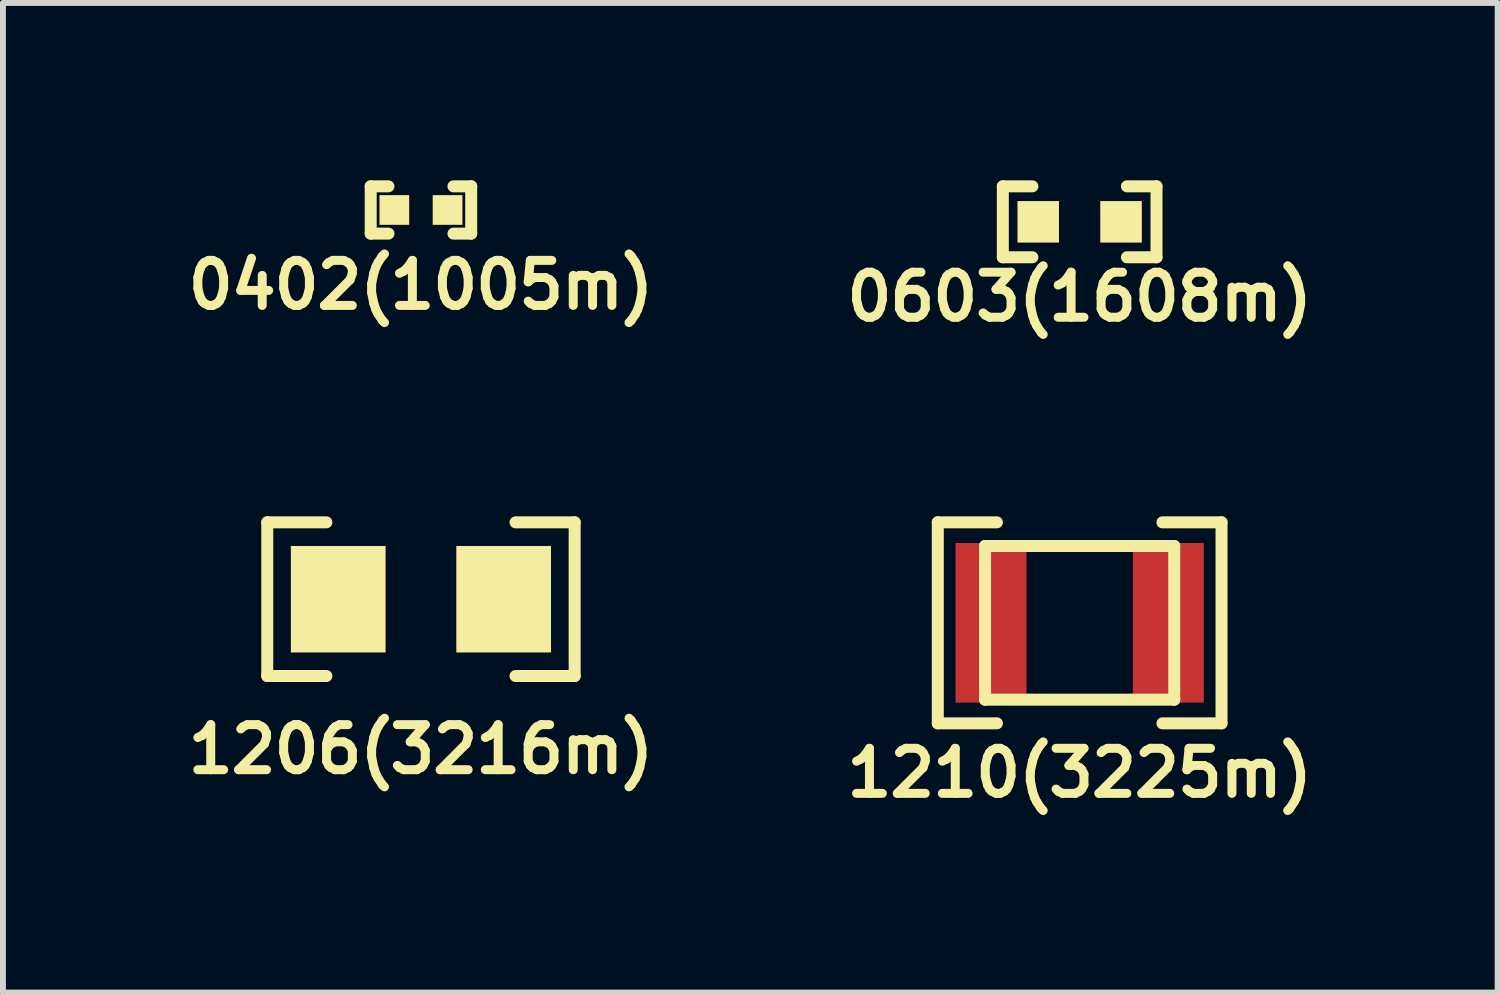
<source format=kicad_pcb>
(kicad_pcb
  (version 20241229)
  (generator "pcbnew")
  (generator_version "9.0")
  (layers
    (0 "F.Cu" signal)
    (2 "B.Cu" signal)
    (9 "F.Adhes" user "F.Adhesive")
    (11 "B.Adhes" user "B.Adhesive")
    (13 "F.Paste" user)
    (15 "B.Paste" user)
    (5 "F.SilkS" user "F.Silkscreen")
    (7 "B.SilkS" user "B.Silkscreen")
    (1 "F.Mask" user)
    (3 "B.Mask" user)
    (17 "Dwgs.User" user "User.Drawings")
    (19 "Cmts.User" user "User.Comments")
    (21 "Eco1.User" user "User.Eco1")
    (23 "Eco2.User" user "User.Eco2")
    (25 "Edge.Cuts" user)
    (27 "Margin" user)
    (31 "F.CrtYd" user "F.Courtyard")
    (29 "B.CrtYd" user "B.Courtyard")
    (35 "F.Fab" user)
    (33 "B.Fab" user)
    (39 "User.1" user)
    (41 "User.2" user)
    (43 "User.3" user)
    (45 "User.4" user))
  (footprint "0402(1005m)"
    (layer "F.Cu")
    (at 4.071 0.502)
    (property "Reference" "0402(1005m)" (at 0 1.27 0) (layer "F.SilkS") (effects (font (size 0.762 0.762) (thickness 0.152))))
    (attr smd)
    (fp_line (start -0.85 -0.4) (end -0.85 0.4) (stroke (width 0.203) (type solid)) (layer "F.SilkS"))
    (fp_line (start -0.85 -0.4) (end -0.55 -0.4) (stroke (width 0.203) (type solid)) (layer "F.SilkS"))
    (fp_line (start -0.85 0.4) (end -0.55 0.4) (stroke (width 0.203) (type solid)) (layer "F.SilkS"))
    (fp_line (start 0.55 -0.4) (end 0.85 -0.4) (stroke (width 0.203) (type solid)) (layer "F.SilkS"))
    (fp_line (start 0.85 -0.4) (end 0.85 0.4) (stroke (width 0.203) (type solid)) (layer "F.SilkS"))
    (fp_line (start 0.85 0.4) (end 0.55 0.4) (stroke (width 0.203) (type solid)) (layer "F.SilkS"))
    (pad "1" smd rect (at -0.45 0) (size 0.5 0.5) (layers "F.Cu" "F.Mask" "F.SilkS" "F.Paste"))
    (pad "2" smd rect (at 0.45 0) (size 0.5 0.5) (layers "F.Cu" "F.Mask" "F.SilkS" "F.Paste")))
  (footprint "1210(3225m)"
    (layer "F.Cu")
    (at 15.214 7.486)
    (property "Reference" "1210(3225m)" (at 0 2.54 0) (layer "F.SilkS") (effects (font (size 0.762 0.762) (thickness 0.152))))
    (attr smd)
    (fp_line (start -2.4 -1.7) (end -2.4 1.7) (stroke (width 0.203) (type solid)) (layer "F.SilkS"))
    (fp_line (start -2.4 -1.7) (end -1.4 -1.7) (stroke (width 0.203) (type solid)) (layer "F.SilkS"))
    (fp_line (start -2.4 1.7) (end -1.4 1.7) (stroke (width 0.203) (type solid)) (layer "F.SilkS"))
    (fp_line (start -1.6 -1.3) (end -1.6 1.3) (stroke (width 0.203) (type solid)) (layer "F.SilkS"))
    (fp_line (start -1.6 1.3) (end 1.6 1.3) (stroke (width 0.203) (type solid)) (layer "F.SilkS"))
    (fp_line (start 1.6 -1.3) (end -1.6 -1.3) (stroke (width 0.203) (type solid)) (layer "F.SilkS"))
    (fp_line (start 1.6 1.3) (end 1.6 -1.3) (stroke (width 0.203) (type solid)) (layer "F.SilkS"))
    (fp_line (start 2.4 -1.7) (end 1.4 -1.7) (stroke (width 0.203) (type solid)) (layer "F.SilkS"))
    (fp_line (start 2.4 -1.7) (end 2.4 1.7) (stroke (width 0.203) (type solid)) (layer "F.SilkS"))
    (fp_line (start 2.4 1.7) (end 1.4 1.7) (stroke (width 0.203) (type solid)) (layer "F.SilkS"))
    (pad "1" smd rect (at -1.5 0) (size 1.2 2.7) (layers "F.Cu" "F.Mask" "F.Paste"))
    (pad "2" smd rect (at 1.5 0) (size 1.2 2.7) (layers "F.Cu" "F.Mask" "F.Paste")))
  (footprint "0603(1608m)"
    (layer "F.Cu")
    (at 15.214 0.702)
    (property "Reference" "0603(1608m)" (at 0 1.27 0) (layer "F.SilkS") (effects (font (size 0.762 0.762) (thickness 0.152))))
    (attr smd)
    (fp_line (start -1.3 -0.6) (end -0.8 -0.6) (stroke (width 0.203) (type solid)) (layer "F.SilkS"))
    (fp_line (start -1.3 0.6) (end -1.3 -0.6) (stroke (width 0.203) (type solid)) (layer "F.SilkS"))
    (fp_line (start -1.3 0.6) (end -0.8 0.6) (stroke (width 0.203) (type solid)) (layer "F.SilkS"))
    (fp_line (start 1.3 -0.6) (end 0.8 -0.6) (stroke (width 0.203) (type solid)) (layer "F.SilkS"))
    (fp_line (start 1.3 -0.6) (end 1.3 0.6) (stroke (width 0.203) (type solid)) (layer "F.SilkS"))
    (fp_line (start 1.3 0.6) (end 0.8 0.6) (stroke (width 0.203) (type solid)) (layer "F.SilkS"))
    (pad "1" smd rect (at -0.7 0) (size 0.7 0.7) (layers "F.Cu" "F.Mask" "F.SilkS" "F.Paste"))
    (pad "2" smd rect (at 0.7 0) (size 0.7 0.7) (layers "F.Cu" "F.Mask" "F.SilkS" "F.Paste")))
  (footprint "1206(3216m)"
    (layer "F.Cu")
    (at 4.071 7.086)
    (property "Reference" "1206(3216m)" (at 0 2.54 0) (layer "F.SilkS") (effects (font (size 0.762 0.762) (thickness 0.152))))
    (attr smd)
    (fp_line (start -2.6 -1.3) (end -1.6 -1.3) (stroke (width 0.203) (type solid)) (layer "F.SilkS"))
    (fp_line (start -2.6 1.3) (end -2.6 -1.3) (stroke (width 0.203) (type solid)) (layer "F.SilkS"))
    (fp_line (start -2.6 1.3) (end -1.6 1.3) (stroke (width 0.203) (type solid)) (layer "F.SilkS"))
    (fp_line (start 2.6 -1.3) (end 1.6 -1.3) (stroke (width 0.203) (type solid)) (layer "F.SilkS"))
    (fp_line (start 2.6 -1.3) (end 2.6 1.3) (stroke (width 0.203) (type solid)) (layer "F.SilkS"))
    (fp_line (start 2.6 1.3) (end 1.6 1.3) (stroke (width 0.203) (type solid)) (layer "F.SilkS"))
    (pad "1" smd rect (at -1.4 0) (size 1.6 1.8) (layers "F.Cu" "F.Mask" "F.SilkS" "F.Paste"))
    (pad "2" smd rect (at 1.4 0) (size 1.6 1.8) (layers "F.Cu" "F.Mask" "F.SilkS" "F.Paste")))
  (gr_rect
    (start -3 -3)
    (end 22.285 13.74)
    (stroke (width 0.1) (type default))
    (fill no)
    (layer "Edge.Cuts")))
</source>
